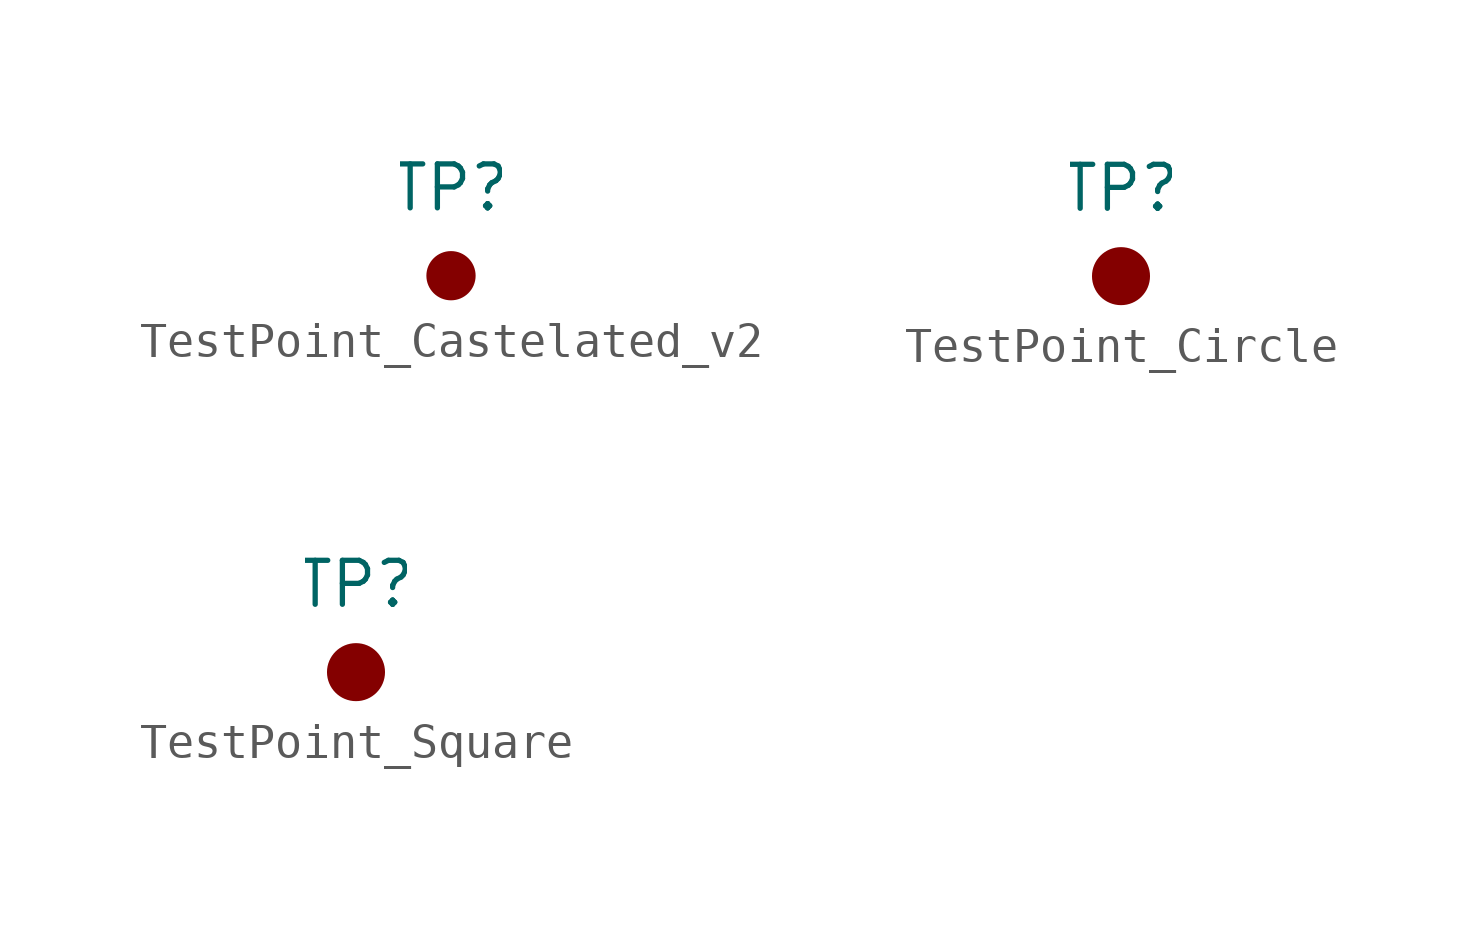
<source format=kicad_sym>
(kicad_symbol_lib
  (version 20241209)
  (generator "kicad_symbol_editor")
  (generator_version "9.0")
  (symbol "TestPoint_Castelated_v2"
    (pin_numbers
      (hide yes))
    (pin_names
      (offset 0.762)
      (hide yes))
    (property "Reference" "TP"
      (at 0 2.54 0)
      (effects (font (size 1.27 1.27))))
    (symbol "TestPoint_Castelated_v2_1_1"
      (circle (center 0 0) (radius 0.635) (stroke (width 0) (type solid)) (fill (type outline)))
      (pin passive line (at 0 0 0) (length 0) (name "1" (effects (font (size 1.27 1.27)))) (number "1" (effects (font (size 1.27 1.27)))))))
  (symbol "TestPoint_Circle"
    (pin_numbers
      (hide yes))
    (pin_names
      (offset 0.762)
      (hide yes))
    (property "Reference" "TP"
      (at 0 2.54 0)
      (effects (font (size 1.27 1.27))))
    (symbol "TestPoint_Circle_1_1"
      (circle (center 0 0) (radius 0.762) (stroke (width 0) (type solid)) (fill (type outline)))
      (pin passive line (at 0 0 0) (length 0) (name "1" (effects (font (size 1.27 1.27)))) (number "1" (effects (font (size 1.27 1.27)))))))
  (symbol "TestPoint_Square"
    (pin_numbers
      (hide yes))
    (pin_names
      (offset 0.762)
      (hide yes))
    (property "Reference" "TP"
      (at 0 2.54 0)
      (effects (font (size 1.27 1.27))))
    (symbol "TestPoint_Square_1_1"
      (circle (center 0 0) (radius 0.762) (stroke (width 0) (type solid)) (fill (type outline)))
      (pin passive line (at 0 0 0) (length 0) (name "1" (effects (font (size 1.27 1.27)))) (number "1" (effects (font (size 1.27 1.27))))))))
</source>
